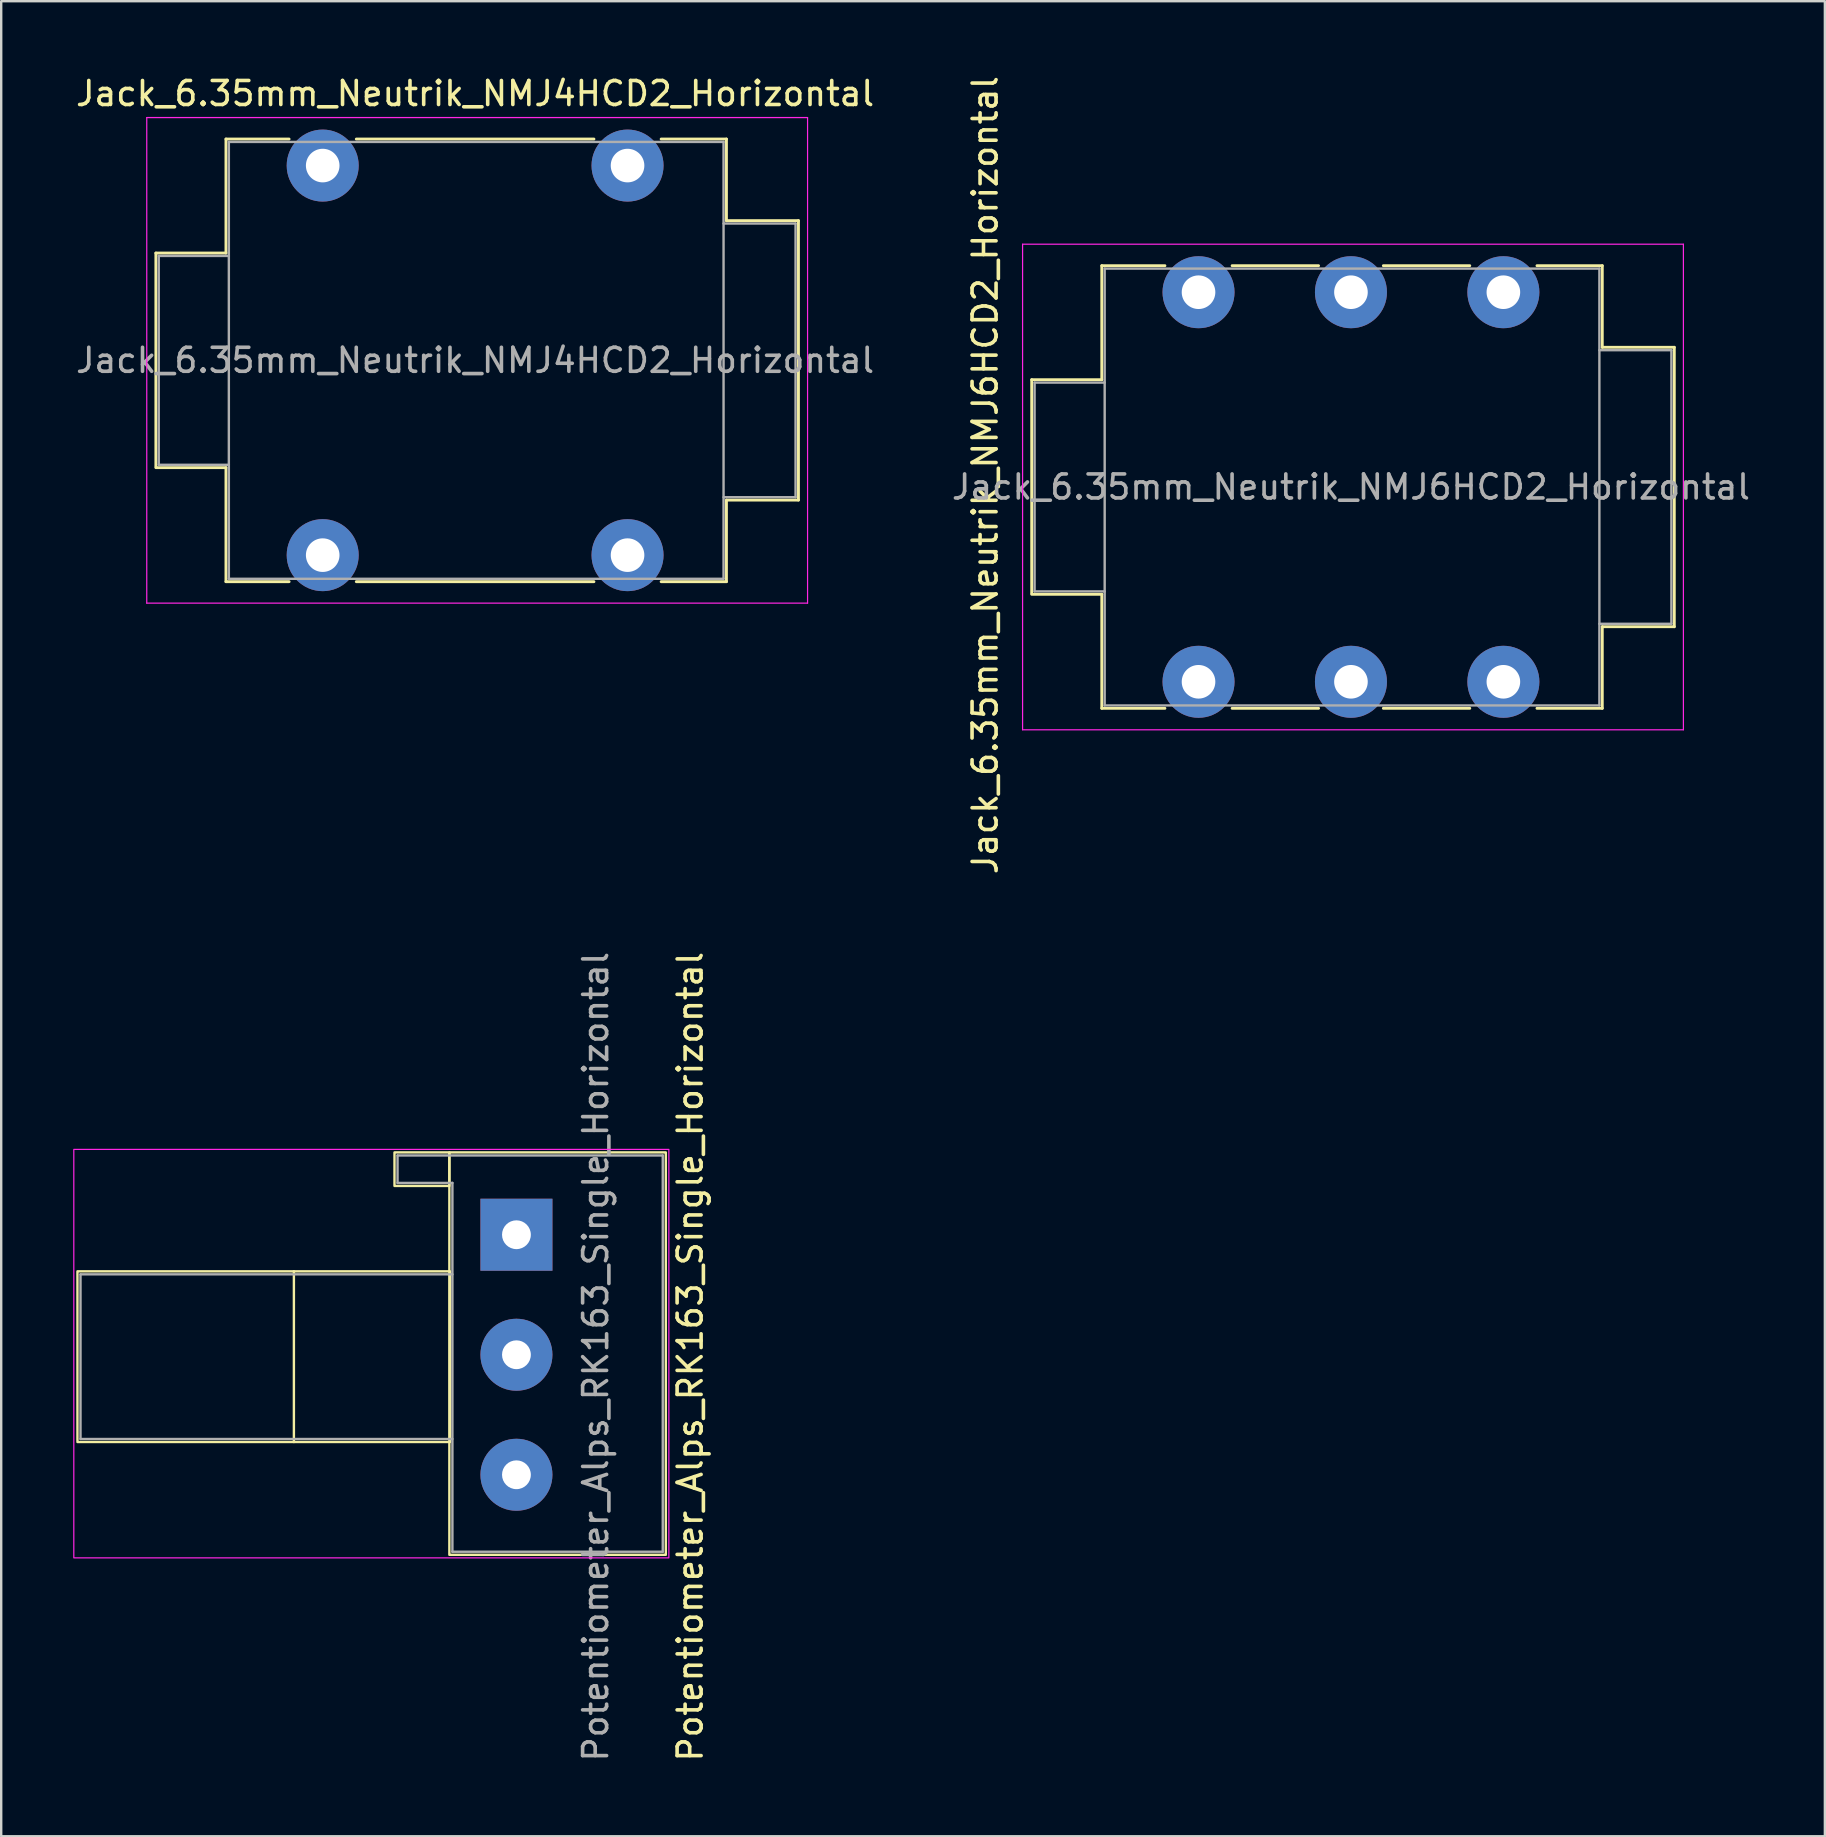
<source format=kicad_pcb>
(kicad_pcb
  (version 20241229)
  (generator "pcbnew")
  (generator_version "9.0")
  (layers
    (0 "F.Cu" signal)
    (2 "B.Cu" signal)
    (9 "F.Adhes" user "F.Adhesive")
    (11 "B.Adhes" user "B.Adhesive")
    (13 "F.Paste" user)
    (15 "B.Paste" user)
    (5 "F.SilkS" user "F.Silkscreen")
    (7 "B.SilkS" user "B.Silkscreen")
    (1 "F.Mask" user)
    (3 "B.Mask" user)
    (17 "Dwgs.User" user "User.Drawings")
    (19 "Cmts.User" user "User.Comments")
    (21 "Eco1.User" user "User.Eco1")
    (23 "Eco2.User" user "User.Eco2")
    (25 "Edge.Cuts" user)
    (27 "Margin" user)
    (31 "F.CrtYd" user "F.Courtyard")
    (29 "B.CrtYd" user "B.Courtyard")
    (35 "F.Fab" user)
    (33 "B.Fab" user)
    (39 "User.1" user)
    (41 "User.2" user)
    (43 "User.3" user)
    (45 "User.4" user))
  (footprint "Jack_6.35mm_Neutrik_NMJ4HCD2_Horizontal"
    (layer "F.Cu")
    (at 10.394 3.848)
    (property "Reference" "Jack_6.35mm_Neutrik_NMJ4HCD2_Horizontal" (at 6.35 -3 0) (layer "F.SilkS") (effects (font (size 1 1) (thickness 0.15))))
    (attr through_hole)
    (fp_line (start -6.95 3.645) (end -4.03 3.645) (stroke (width 0.12) (type solid)) (layer "F.SilkS"))
    (fp_line (start -6.95 12.545) (end -6.95 3.645) (stroke (width 0.12) (type solid)) (layer "F.SilkS"))
    (fp_line (start -6.95 12.585) (end -4.03 12.585) (stroke (width 0.12) (type solid)) (layer "F.SilkS"))
    (fp_line (start -4.03 -1.105) (end -1.4 -1.105) (stroke (width 0.12) (type solid)) (layer "F.SilkS"))
    (fp_line (start -4.03 3.645) (end -4.03 -1.105) (stroke (width 0.12) (type solid)) (layer "F.SilkS"))
    (fp_line (start -4.03 17.335) (end -4.03 12.585) (stroke (width 0.12) (type solid)) (layer "F.SilkS"))
    (fp_line (start -1.4 17.335) (end -4.03 17.335) (stroke (width 0.12) (type solid)) (layer "F.SilkS"))
    (fp_line (start 1.4 -1.105) (end 11.3 -1.105) (stroke (width 0.12) (type solid)) (layer "F.SilkS"))
    (fp_line (start 11.3 17.335) (end 1.4 17.335) (stroke (width 0.12) (type solid)) (layer "F.SilkS"))
    (fp_line (start 16.82 -1.105) (end 14.1 -1.105) (stroke (width 0.12) (type solid)) (layer "F.SilkS"))
    (fp_line (start 16.82 2.295) (end 16.82 -1.105) (stroke (width 0.12) (type solid)) (layer "F.SilkS"))
    (fp_line (start 16.82 2.295) (end 19.82 2.295) (stroke (width 0.12) (type solid)) (layer "F.SilkS"))
    (fp_line (start 16.82 13.935) (end 19.82 13.935) (stroke (width 0.12) (type solid)) (layer "F.SilkS"))
    (fp_line (start 16.82 17.335) (end 14.1 17.335) (stroke (width 0.12) (type solid)) (layer "F.SilkS"))
    (fp_line (start 16.82 17.335) (end 16.82 13.935) (stroke (width 0.12) (type solid)) (layer "F.SilkS"))
    (fp_line (start 19.82 13.935) (end 19.82 2.295) (stroke (width 0.12) (type solid)) (layer "F.SilkS"))
    (fp_line (start -7.33 18.23) (end -7.33 -2) (stroke (width 0.05) (type solid)) (layer "F.CrtYd"))
    (fp_line (start -7.33 18.23) (end 20.2 18.23) (stroke (width 0.05) (type solid)) (layer "F.CrtYd"))
    (fp_line (start 20.2 -2) (end -7.33 -2) (stroke (width 0.05) (type solid)) (layer "F.CrtYd"))
    (fp_line (start 20.2 18.23) (end 20.2 -2) (stroke (width 0.05) (type solid)) (layer "F.CrtYd"))
    (fp_line (start -6.83 3.765) (end -3.91 3.765) (stroke (width 0.1) (type solid)) (layer "F.Fab"))
    (fp_line (start -6.83 12.465) (end -6.83 3.765) (stroke (width 0.1) (type solid)) (layer "F.Fab"))
    (fp_line (start -6.83 12.465) (end -3.91 12.465) (stroke (width 0.1) (type solid)) (layer "F.Fab"))
    (fp_line (start -3.91 17.215) (end -3.91 -0.985) (stroke (width 0.1) (type solid)) (layer "F.Fab"))
    (fp_line (start 16.7 -0.985) (end -3.91 -0.985) (stroke (width 0.1) (type solid)) (layer "F.Fab"))
    (fp_line (start 16.7 17.215) (end -3.91 17.215) (stroke (width 0.1) (type solid)) (layer "F.Fab"))
    (fp_line (start 16.7 17.215) (end 16.7 -0.985) (stroke (width 0.1) (type solid)) (layer "F.Fab"))
    (fp_line (start 19.7 2.415) (end 16.7 2.415) (stroke (width 0.1) (type solid)) (layer "F.Fab"))
    (fp_line (start 19.7 13.815) (end 16.7 13.815) (stroke (width 0.1) (type solid)) (layer "F.Fab"))
    (fp_line (start 19.7 13.815) (end 19.7 2.415) (stroke (width 0.1) (type solid)) (layer "F.Fab"))
    (fp_text user "${REFERENCE}" (at 6.35 8.115 0) (layer "F.Fab") (effects (font (size 1 1) (thickness 0.15))))
    (pad "S" thru_hole circle (at 12.7 0) (size 3 3) (drill 1.4) (layers "*.Cu" "*.Mask"))
    (pad "SN" thru_hole circle (at 12.7 16.23) (size 3 3) (drill 1.4) (layers "*.Cu" "*.Mask"))
    (pad "T" thru_hole circle (at 0 0) (size 3 3) (drill 1.4) (layers "*.Cu" "*.Mask"))
    (pad "TN" thru_hole circle (at 0 16.23) (size 3 3) (drill 1.4) (layers "*.Cu" "*.Mask")))
  (footprint "Jack_6.35mm_Neutrik_NMJ6HCD2_Horizontal"
    (layer "F.Cu")
    (at 46.882 9.124)
    (property "Reference" "Jack_6.35mm_Neutrik_NMJ6HCD2_Horizontal" (at -8.89 7.62 90) (layer "F.SilkS") (effects (font (size 1 1) (thickness 0.15))))
    (attr through_hole)
    (fp_line (start -6.95 3.645) (end -4.03 3.645) (stroke (width 0.12) (type solid)) (layer "F.SilkS"))
    (fp_line (start -6.95 12.545) (end -6.95 3.645) (stroke (width 0.12) (type solid)) (layer "F.SilkS"))
    (fp_line (start -6.95 12.585) (end -4.03 12.585) (stroke (width 0.12) (type solid)) (layer "F.SilkS"))
    (fp_line (start -4.03 -1.105) (end -1.4 -1.105) (stroke (width 0.12) (type solid)) (layer "F.SilkS"))
    (fp_line (start -4.03 3.645) (end -4.03 -1.105) (stroke (width 0.12) (type solid)) (layer "F.SilkS"))
    (fp_line (start -4.03 17.335) (end -4.03 12.585) (stroke (width 0.12) (type solid)) (layer "F.SilkS"))
    (fp_line (start -1.4 17.335) (end -4.03 17.335) (stroke (width 0.12) (type solid)) (layer "F.SilkS"))
    (fp_line (start 1.4 -1.105) (end 5 -1.105) (stroke (width 0.12) (type solid)) (layer "F.SilkS"))
    (fp_line (start 5 17.335) (end 1.4 17.335) (stroke (width 0.12) (type solid)) (layer "F.SilkS"))
    (fp_line (start 7.7 -1.105) (end 11.3 -1.105) (stroke (width 0.12) (type solid)) (layer "F.SilkS"))
    (fp_line (start 11.3 17.335) (end 7.7 17.335) (stroke (width 0.12) (type solid)) (layer "F.SilkS"))
    (fp_line (start 16.82 -1.105) (end 14.1 -1.105) (stroke (width 0.12) (type solid)) (layer "F.SilkS"))
    (fp_line (start 16.82 2.295) (end 16.82 -1.105) (stroke (width 0.12) (type solid)) (layer "F.SilkS"))
    (fp_line (start 16.82 2.295) (end 19.82 2.295) (stroke (width 0.12) (type solid)) (layer "F.SilkS"))
    (fp_line (start 16.82 13.935) (end 19.82 13.935) (stroke (width 0.12) (type solid)) (layer "F.SilkS"))
    (fp_line (start 16.82 17.335) (end 14.1 17.335) (stroke (width 0.12) (type solid)) (layer "F.SilkS"))
    (fp_line (start 16.82 17.335) (end 16.82 13.935) (stroke (width 0.12) (type solid)) (layer "F.SilkS"))
    (fp_line (start 19.82 13.935) (end 19.82 2.295) (stroke (width 0.12) (type solid)) (layer "F.SilkS"))
    (fp_line (start -7.33 18.23) (end -7.33 -2) (stroke (width 0.05) (type solid)) (layer "F.CrtYd"))
    (fp_line (start -7.33 18.23) (end 20.2 18.23) (stroke (width 0.05) (type solid)) (layer "F.CrtYd"))
    (fp_line (start 20.2 -2) (end -7.33 -2) (stroke (width 0.05) (type solid)) (layer "F.CrtYd"))
    (fp_line (start 20.2 18.23) (end 20.2 -2) (stroke (width 0.05) (type solid)) (layer "F.CrtYd"))
    (fp_line (start -6.83 3.765) (end -3.91 3.765) (stroke (width 0.1) (type solid)) (layer "F.Fab"))
    (fp_line (start -6.83 12.465) (end -6.83 3.765) (stroke (width 0.1) (type solid)) (layer "F.Fab"))
    (fp_line (start -6.83 12.465) (end -3.91 12.465) (stroke (width 0.1) (type solid)) (layer "F.Fab"))
    (fp_line (start -3.91 17.215) (end -3.91 -0.985) (stroke (width 0.1) (type solid)) (layer "F.Fab"))
    (fp_line (start 16.7 -0.985) (end -3.91 -0.985) (stroke (width 0.1) (type solid)) (layer "F.Fab"))
    (fp_line (start 16.7 17.215) (end -3.91 17.215) (stroke (width 0.1) (type solid)) (layer "F.Fab"))
    (fp_line (start 16.7 17.215) (end 16.7 -0.985) (stroke (width 0.1) (type solid)) (layer "F.Fab"))
    (fp_line (start 19.7 2.415) (end 16.7 2.415) (stroke (width 0.1) (type solid)) (layer "F.Fab"))
    (fp_line (start 19.7 13.815) (end 16.7 13.815) (stroke (width 0.1) (type solid)) (layer "F.Fab"))
    (fp_line (start 19.7 13.815) (end 19.7 2.415) (stroke (width 0.1) (type solid)) (layer "F.Fab"))
    (fp_text user "${REFERENCE}" (at 6.35 8.115 0) (layer "F.Fab") (effects (font (size 1 1) (thickness 0.15))))
    (pad "R" thru_hole circle (at 6.35 0) (size 3 3) (drill 1.4) (layers "*.Cu" "*.Mask"))
    (pad "RN" thru_hole circle (at 6.35 16.23) (size 3 3) (drill 1.4) (layers "*.Cu" "*.Mask"))
    (pad "S" thru_hole circle (at 12.7 0) (size 3 3) (drill 1.4) (layers "*.Cu" "*.Mask"))
    (pad "SN" thru_hole circle (at 12.7 16.23) (size 3 3) (drill 1.4) (layers "*.Cu" "*.Mask"))
    (pad "T" thru_hole circle (at 0 0) (size 3 3) (drill 1.4) (layers "*.Cu" "*.Mask"))
    (pad "TN" thru_hole circle (at 0 16.23) (size 3 3) (drill 1.4) (layers "*.Cu" "*.Mask")))
  (footprint "Potentiometer_Alps_RK163_Single_Horizontal"
    (layer "F.Cu")
    (at 19.989 48.898)
    (property "Reference" "Potentiometer_Alps_RK163_Single_Horizontal" (at 5.715 4.572 90) (layer "F.SilkS") (effects (font (size 1 1) (thickness 0.15))))
    (attr through_hole)
    (fp_line (start -10.795 1.016) (end -10.795 8.128) (stroke (width 0.1) (type default)) (layer "F.SilkS"))
    (fp_rect (start -19.812 1.016) (end -4.293 8.128) (stroke (width 0.1) (type default)) (fill no) (layer "F.SilkS"))
    (fp_rect (start -6.604 -3.937) (end -4.318 -2.54) (stroke (width 0.1) (type default)) (fill no) (layer "F.SilkS"))
    (fp_rect (start -4.318 -3.937) (end 4.699 12.827) (stroke (width 0.1) (type default)) (fill no) (layer "F.SilkS"))
    (fp_rect (start -19.964 -4.064) (end 4.826 12.954) (stroke (width 0.05) (type default)) (fill no) (layer "F.CrtYd"))
    (fp_line (start -19.685 1.143) (end -4.191 1.143) (stroke (width 0.1) (type default)) (layer "F.Fab"))
    (fp_line (start -19.685 8.001) (end -19.685 1.143) (stroke (width 0.1) (type default)) (layer "F.Fab"))
    (fp_line (start -6.477 -3.81) (end 4.572 -3.81) (stroke (width 0.1) (type default)) (layer "F.Fab"))
    (fp_line (start -6.477 -2.667) (end -6.477 -3.81) (stroke (width 0.1) (type default)) (layer "F.Fab"))
    (fp_line (start -4.191 -2.667) (end -6.477 -2.667) (stroke (width 0.1) (type default)) (layer "F.Fab"))
    (fp_line (start -4.191 8.001) (end -19.685 8.001) (stroke (width 0.1) (type default)) (layer "F.Fab"))
    (fp_line (start -4.191 12.7) (end -4.191 -2.667) (stroke (width 0.1) (type default)) (layer "F.Fab"))
    (fp_line (start 4.572 -3.81) (end 4.572 12.7) (stroke (width 0.1) (type default)) (layer "F.Fab"))
    (fp_line (start 4.572 12.7) (end -4.191 12.7) (stroke (width 0.1) (type default)) (layer "F.Fab"))
    (fp_text user "${REFERENCE}" (at 1.778 4.572 90) (layer "F.Fab") (effects (font (size 1 1) (thickness 0.15))))
    (pad "1" thru_hole rect (at -1.524 -0.508 180) (size 3 3) (drill 1.2) (layers "*.Cu" "*.Mask"))
    (pad "2" thru_hole circle (at -1.524 4.492 180) (size 3 3) (drill 1.2) (layers "*.Cu" "*.Mask"))
    (pad "3" thru_hole circle (at -1.524 9.492 180) (size 3 3) (drill 1.2) (layers "*.Cu" "*.Mask")))
  (gr_rect
    (start -3 -3)
    (end 72.976 73.452)
    (stroke (width 0.1) (type default))
    (fill no)
    (layer "Edge.Cuts")))
</source>
